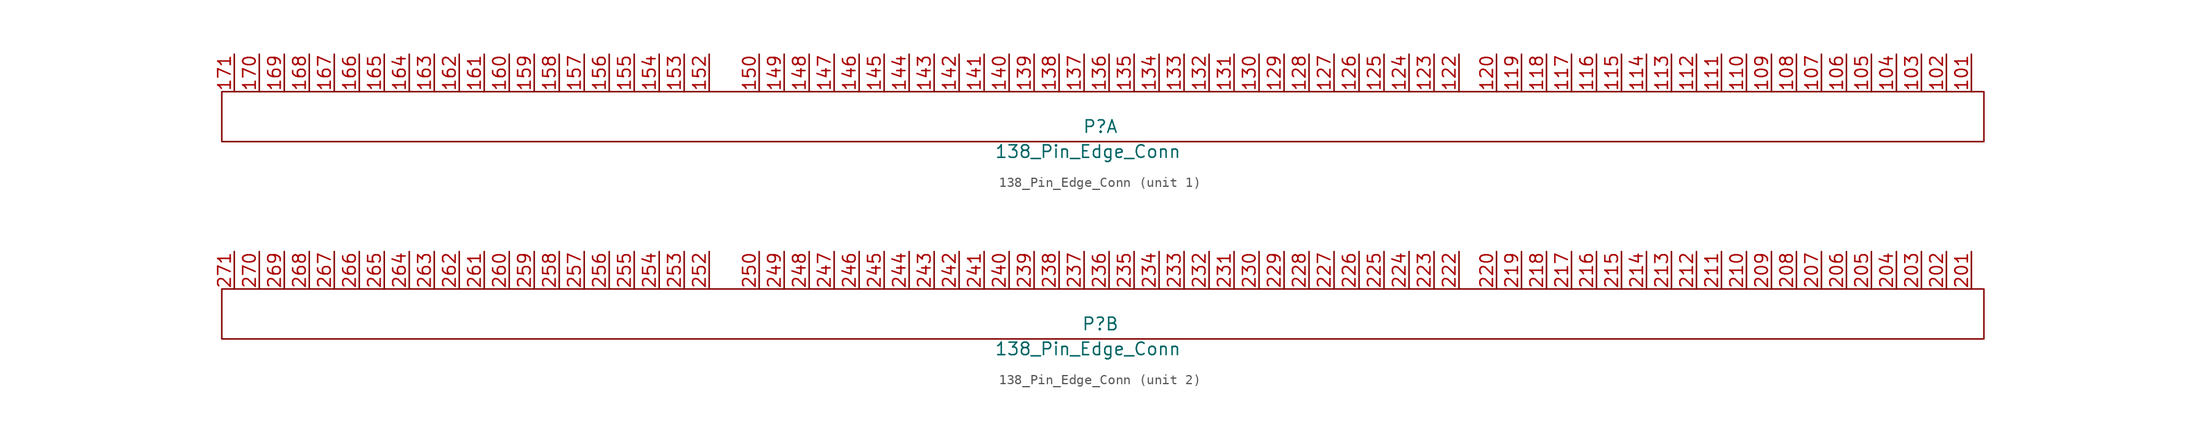
<source format=kicad_sym>
(kicad_symbol_lib
  (version 20211014)
  (generator kicad_symbol_editor)
  (symbol "138_Pin_Edge_Conn"
    (pin_names
      (offset 0.254) hide)
    (property "Reference" "P"
      (at -2.159 -2.286 0)
      (effects (font (size 1.27 1.27))))
    (property "Value" "138_Pin_Edge_Conn"
      (at -3.429 -4.826 0)
      (effects (font (size 1.27 1.27))))
    (symbol "138_Pin_Edge_Conn_0_1"
      (rectangle (start -91.44 1.27) (end 87.63 -3.81) (stroke (width 0) (type default) (color 0 0 0 0)) (fill (type none))))
    (symbol "138_Pin_Edge_Conn_1_1"
      (pin passive line (at 86.36 5.08 270) (length 3.81) (name "101" (effects (font (size 1.27 1.27)))) (number "101" (effects (font (size 1.27 1.27)))))
      (pin passive line (at 83.82 5.08 270) (length 3.81) (name "102" (effects (font (size 1.27 1.27)))) (number "102" (effects (font (size 1.27 1.27)))))
      (pin passive line (at 81.28 5.08 270) (length 3.81) (name "103" (effects (font (size 1.27 1.27)))) (number "103" (effects (font (size 1.27 1.27)))))
      (pin passive line (at 78.74 5.08 270) (length 3.81) (name "104" (effects (font (size 1.27 1.27)))) (number "104" (effects (font (size 1.27 1.27)))))
      (pin passive line (at 76.2 5.08 270) (length 3.81) (name "105" (effects (font (size 1.27 1.27)))) (number "105" (effects (font (size 1.27 1.27)))))
      (pin passive line (at 73.66 5.08 270) (length 3.81) (name "106" (effects (font (size 1.27 1.27)))) (number "106" (effects (font (size 1.27 1.27)))))
      (pin passive line (at 71.12 5.08 270) (length 3.81) (name "107" (effects (font (size 1.27 1.27)))) (number "107" (effects (font (size 1.27 1.27)))))
      (pin passive line (at 68.58 5.08 270) (length 3.81) (name "108" (effects (font (size 1.27 1.27)))) (number "108" (effects (font (size 1.27 1.27)))))
      (pin passive line (at 66.04 5.08 270) (length 3.81) (name "109" (effects (font (size 1.27 1.27)))) (number "109" (effects (font (size 1.27 1.27)))))
      (pin passive line (at 63.5 5.08 270) (length 3.81) (name "110" (effects (font (size 1.27 1.27)))) (number "110" (effects (font (size 1.27 1.27)))))
      (pin passive line (at 60.96 5.08 270) (length 3.81) (name "111" (effects (font (size 1.27 1.27)))) (number "111" (effects (font (size 1.27 1.27)))))
      (pin passive line (at 58.42 5.08 270) (length 3.81) (name "112" (effects (font (size 1.27 1.27)))) (number "112" (effects (font (size 1.27 1.27)))))
      (pin passive line (at 55.88 5.08 270) (length 3.81) (name "113" (effects (font (size 1.27 1.27)))) (number "113" (effects (font (size 1.27 1.27)))))
      (pin passive line (at 53.34 5.08 270) (length 3.81) (name "114" (effects (font (size 1.27 1.27)))) (number "114" (effects (font (size 1.27 1.27)))))
      (pin passive line (at 50.8 5.08 270) (length 3.81) (name "115" (effects (font (size 1.27 1.27)))) (number "115" (effects (font (size 1.27 1.27)))))
      (pin passive line (at 48.26 5.08 270) (length 3.81) (name "116" (effects (font (size 1.27 1.27)))) (number "116" (effects (font (size 1.27 1.27)))))
      (pin passive line (at 45.72 5.08 270) (length 3.81) (name "117" (effects (font (size 1.27 1.27)))) (number "117" (effects (font (size 1.27 1.27)))))
      (pin passive line (at 43.18 5.08 270) (length 3.81) (name "118" (effects (font (size 1.27 1.27)))) (number "118" (effects (font (size 1.27 1.27)))))
      (pin passive line (at 40.64 5.08 270) (length 3.81) (name "119" (effects (font (size 1.27 1.27)))) (number "119" (effects (font (size 1.27 1.27)))))
      (pin passive line (at 38.1 5.08 270) (length 3.81) (name "120" (effects (font (size 1.27 1.27)))) (number "120" (effects (font (size 1.27 1.27)))))
      (pin passive line (at 34.29 5.08 270) (length 3.81) (name "122" (effects (font (size 1.27 1.27)))) (number "122" (effects (font (size 1.27 1.27)))))
      (pin passive line (at 31.75 5.08 270) (length 3.81) (name "123" (effects (font (size 1.27 1.27)))) (number "123" (effects (font (size 1.27 1.27)))))
      (pin passive line (at 29.21 5.08 270) (length 3.81) (name "124" (effects (font (size 1.27 1.27)))) (number "124" (effects (font (size 1.27 1.27)))))
      (pin passive line (at 26.67 5.08 270) (length 3.81) (name "125" (effects (font (size 1.27 1.27)))) (number "125" (effects (font (size 1.27 1.27)))))
      (pin passive line (at 24.13 5.08 270) (length 3.81) (name "126" (effects (font (size 1.27 1.27)))) (number "126" (effects (font (size 1.27 1.27)))))
      (pin passive line (at 21.59 5.08 270) (length 3.81) (name "127" (effects (font (size 1.27 1.27)))) (number "127" (effects (font (size 1.27 1.27)))))
      (pin passive line (at 19.05 5.08 270) (length 3.81) (name "128" (effects (font (size 1.27 1.27)))) (number "128" (effects (font (size 1.27 1.27)))))
      (pin passive line (at 16.51 5.08 270) (length 3.81) (name "129" (effects (font (size 1.27 1.27)))) (number "129" (effects (font (size 1.27 1.27)))))
      (pin passive line (at 13.97 5.08 270) (length 3.81) (name "130" (effects (font (size 1.27 1.27)))) (number "130" (effects (font (size 1.27 1.27)))))
      (pin passive line (at 11.43 5.08 270) (length 3.81) (name "131" (effects (font (size 1.27 1.27)))) (number "131" (effects (font (size 1.27 1.27)))))
      (pin passive line (at 8.89 5.08 270) (length 3.81) (name "132" (effects (font (size 1.27 1.27)))) (number "132" (effects (font (size 1.27 1.27)))))
      (pin passive line (at 6.35 5.08 270) (length 3.81) (name "133" (effects (font (size 1.27 1.27)))) (number "133" (effects (font (size 1.27 1.27)))))
      (pin passive line (at 3.81 5.08 270) (length 3.81) (name "134" (effects (font (size 1.27 1.27)))) (number "134" (effects (font (size 1.27 1.27)))))
      (pin passive line (at 1.27 5.08 270) (length 3.81) (name "135" (effects (font (size 1.27 1.27)))) (number "135" (effects (font (size 1.27 1.27)))))
      (pin passive line (at -1.27 5.08 270) (length 3.81) (name "136" (effects (font (size 1.27 1.27)))) (number "136" (effects (font (size 1.27 1.27)))))
      (pin passive line (at -3.81 5.08 270) (length 3.81) (name "137" (effects (font (size 1.27 1.27)))) (number "137" (effects (font (size 1.27 1.27)))))
      (pin passive line (at -6.35 5.08 270) (length 3.81) (name "138" (effects (font (size 1.27 1.27)))) (number "138" (effects (font (size 1.27 1.27)))))
      (pin passive line (at -8.89 5.08 270) (length 3.81) (name "139" (effects (font (size 1.27 1.27)))) (number "139" (effects (font (size 1.27 1.27)))))
      (pin passive line (at -11.43 5.08 270) (length 3.81) (name "140" (effects (font (size 1.27 1.27)))) (number "140" (effects (font (size 1.27 1.27)))))
      (pin passive line (at -13.97 5.08 270) (length 3.81) (name "141" (effects (font (size 1.27 1.27)))) (number "141" (effects (font (size 1.27 1.27)))))
      (pin passive line (at -16.51 5.08 270) (length 3.81) (name "142" (effects (font (size 1.27 1.27)))) (number "142" (effects (font (size 1.27 1.27)))))
      (pin passive line (at -19.05 5.08 270) (length 3.81) (name "143" (effects (font (size 1.27 1.27)))) (number "143" (effects (font (size 1.27 1.27)))))
      (pin passive line (at -21.59 5.08 270) (length 3.81) (name "144" (effects (font (size 1.27 1.27)))) (number "144" (effects (font (size 1.27 1.27)))))
      (pin passive line (at -24.13 5.08 270) (length 3.81) (name "145" (effects (font (size 1.27 1.27)))) (number "145" (effects (font (size 1.27 1.27)))))
      (pin passive line (at -26.67 5.08 270) (length 3.81) (name "146" (effects (font (size 1.27 1.27)))) (number "146" (effects (font (size 1.27 1.27)))))
      (pin passive line (at -29.21 5.08 270) (length 3.81) (name "147" (effects (font (size 1.27 1.27)))) (number "147" (effects (font (size 1.27 1.27)))))
      (pin passive line (at -31.75 5.08 270) (length 3.81) (name "148" (effects (font (size 1.27 1.27)))) (number "148" (effects (font (size 1.27 1.27)))))
      (pin passive line (at -34.29 5.08 270) (length 3.81) (name "149" (effects (font (size 1.27 1.27)))) (number "149" (effects (font (size 1.27 1.27)))))
      (pin passive line (at -36.83 5.08 270) (length 3.81) (name "150" (effects (font (size 1.27 1.27)))) (number "150" (effects (font (size 1.27 1.27)))))
      (pin passive line (at -41.91 5.08 270) (length 3.81) (name "152" (effects (font (size 1.27 1.27)))) (number "152" (effects (font (size 1.27 1.27)))))
      (pin passive line (at -44.45 5.08 270) (length 3.81) (name "153" (effects (font (size 1.27 1.27)))) (number "153" (effects (font (size 1.27 1.27)))))
      (pin passive line (at -46.99 5.08 270) (length 3.81) (name "154" (effects (font (size 1.27 1.27)))) (number "154" (effects (font (size 1.27 1.27)))))
      (pin passive line (at -49.53 5.08 270) (length 3.81) (name "155" (effects (font (size 1.27 1.27)))) (number "155" (effects (font (size 1.27 1.27)))))
      (pin passive line (at -52.07 5.08 270) (length 3.81) (name "156" (effects (font (size 1.27 1.27)))) (number "156" (effects (font (size 1.27 1.27)))))
      (pin passive line (at -54.61 5.08 270) (length 3.81) (name "157" (effects (font (size 1.27 1.27)))) (number "157" (effects (font (size 1.27 1.27)))))
      (pin passive line (at -57.15 5.08 270) (length 3.81) (name "158" (effects (font (size 1.27 1.27)))) (number "158" (effects (font (size 1.27 1.27)))))
      (pin passive line (at -59.69 5.08 270) (length 3.81) (name "159" (effects (font (size 1.27 1.27)))) (number "159" (effects (font (size 1.27 1.27)))))
      (pin passive line (at -62.23 5.08 270) (length 3.81) (name "160" (effects (font (size 1.27 1.27)))) (number "160" (effects (font (size 1.27 1.27)))))
      (pin passive line (at -64.77 5.08 270) (length 3.81) (name "161" (effects (font (size 1.27 1.27)))) (number "161" (effects (font (size 1.27 1.27)))))
      (pin passive line (at -67.31 5.08 270) (length 3.81) (name "162" (effects (font (size 1.27 1.27)))) (number "162" (effects (font (size 1.27 1.27)))))
      (pin passive line (at -69.85 5.08 270) (length 3.81) (name "163" (effects (font (size 1.27 1.27)))) (number "163" (effects (font (size 1.27 1.27)))))
      (pin passive line (at -72.39 5.08 270) (length 3.81) (name "164" (effects (font (size 1.27 1.27)))) (number "164" (effects (font (size 1.27 1.27)))))
      (pin passive line (at -74.93 5.08 270) (length 3.81) (name "165" (effects (font (size 1.27 1.27)))) (number "165" (effects (font (size 1.27 1.27)))))
      (pin passive line (at -77.47 5.08 270) (length 3.81) (name "166" (effects (font (size 1.27 1.27)))) (number "166" (effects (font (size 1.27 1.27)))))
      (pin passive line (at -80.01 5.08 270) (length 3.81) (name "167" (effects (font (size 1.27 1.27)))) (number "167" (effects (font (size 1.27 1.27)))))
      (pin passive line (at -82.55 5.08 270) (length 3.81) (name "168" (effects (font (size 1.27 1.27)))) (number "168" (effects (font (size 1.27 1.27)))))
      (pin passive line (at -85.09 5.08 270) (length 3.81) (name "169" (effects (font (size 1.27 1.27)))) (number "169" (effects (font (size 1.27 1.27)))))
      (pin passive line (at -87.63 5.08 270) (length 3.81) (name "170" (effects (font (size 1.27 1.27)))) (number "170" (effects (font (size 1.27 1.27)))))
      (pin passive line (at -90.17 5.08 270) (length 3.81) (name "171" (effects (font (size 1.27 1.27)))) (number "171" (effects (font (size 1.27 1.27))))))
    (symbol "138_Pin_Edge_Conn_2_1"
      (pin passive line (at 86.36 5.08 270) (length 3.81) (name "201" (effects (font (size 1.27 1.27)))) (number "201" (effects (font (size 1.27 1.27)))))
      (pin passive line (at 83.82 5.08 270) (length 3.81) (name "202" (effects (font (size 1.27 1.27)))) (number "202" (effects (font (size 1.27 1.27)))))
      (pin passive line (at 81.28 5.08 270) (length 3.81) (name "203" (effects (font (size 1.27 1.27)))) (number "203" (effects (font (size 1.27 1.27)))))
      (pin passive line (at 78.74 5.08 270) (length 3.81) (name "204" (effects (font (size 1.27 1.27)))) (number "204" (effects (font (size 1.27 1.27)))))
      (pin passive line (at 76.2 5.08 270) (length 3.81) (name "205" (effects (font (size 1.27 1.27)))) (number "205" (effects (font (size 1.27 1.27)))))
      (pin passive line (at 73.66 5.08 270) (length 3.81) (name "206" (effects (font (size 1.27 1.27)))) (number "206" (effects (font (size 1.27 1.27)))))
      (pin passive line (at 71.12 5.08 270) (length 3.81) (name "207" (effects (font (size 1.27 1.27)))) (number "207" (effects (font (size 1.27 1.27)))))
      (pin passive line (at 68.58 5.08 270) (length 3.81) (name "208" (effects (font (size 1.27 1.27)))) (number "208" (effects (font (size 1.27 1.27)))))
      (pin passive line (at 66.04 5.08 270) (length 3.81) (name "209" (effects (font (size 1.27 1.27)))) (number "209" (effects (font (size 1.27 1.27)))))
      (pin passive line (at 63.5 5.08 270) (length 3.81) (name "210" (effects (font (size 1.27 1.27)))) (number "210" (effects (font (size 1.27 1.27)))))
      (pin passive line (at 60.96 5.08 270) (length 3.81) (name "211" (effects (font (size 1.27 1.27)))) (number "211" (effects (font (size 1.27 1.27)))))
      (pin passive line (at 58.42 5.08 270) (length 3.81) (name "212" (effects (font (size 1.27 1.27)))) (number "212" (effects (font (size 1.27 1.27)))))
      (pin passive line (at 55.88 5.08 270) (length 3.81) (name "213" (effects (font (size 1.27 1.27)))) (number "213" (effects (font (size 1.27 1.27)))))
      (pin passive line (at 53.34 5.08 270) (length 3.81) (name "214" (effects (font (size 1.27 1.27)))) (number "214" (effects (font (size 1.27 1.27)))))
      (pin passive line (at 50.8 5.08 270) (length 3.81) (name "215" (effects (font (size 1.27 1.27)))) (number "215" (effects (font (size 1.27 1.27)))))
      (pin passive line (at 48.26 5.08 270) (length 3.81) (name "216" (effects (font (size 1.27 1.27)))) (number "216" (effects (font (size 1.27 1.27)))))
      (pin passive line (at 45.72 5.08 270) (length 3.81) (name "217" (effects (font (size 1.27 1.27)))) (number "217" (effects (font (size 1.27 1.27)))))
      (pin passive line (at 43.18 5.08 270) (length 3.81) (name "218" (effects (font (size 1.27 1.27)))) (number "218" (effects (font (size 1.27 1.27)))))
      (pin passive line (at 40.64 5.08 270) (length 3.81) (name "219" (effects (font (size 1.27 1.27)))) (number "219" (effects (font (size 1.27 1.27)))))
      (pin passive line (at 38.1 5.08 270) (length 3.81) (name "220" (effects (font (size 1.27 1.27)))) (number "220" (effects (font (size 1.27 1.27)))))
      (pin passive line (at 34.29 5.08 270) (length 3.81) (name "222" (effects (font (size 1.27 1.27)))) (number "222" (effects (font (size 1.27 1.27)))))
      (pin passive line (at 31.75 5.08 270) (length 3.81) (name "223" (effects (font (size 1.27 1.27)))) (number "223" (effects (font (size 1.27 1.27)))))
      (pin passive line (at 29.21 5.08 270) (length 3.81) (name "224" (effects (font (size 1.27 1.27)))) (number "224" (effects (font (size 1.27 1.27)))))
      (pin passive line (at 26.67 5.08 270) (length 3.81) (name "225" (effects (font (size 1.27 1.27)))) (number "225" (effects (font (size 1.27 1.27)))))
      (pin passive line (at 24.13 5.08 270) (length 3.81) (name "226" (effects (font (size 1.27 1.27)))) (number "226" (effects (font (size 1.27 1.27)))))
      (pin passive line (at 21.59 5.08 270) (length 3.81) (name "227" (effects (font (size 1.27 1.27)))) (number "227" (effects (font (size 1.27 1.27)))))
      (pin passive line (at 19.05 5.08 270) (length 3.81) (name "228" (effects (font (size 1.27 1.27)))) (number "228" (effects (font (size 1.27 1.27)))))
      (pin passive line (at 16.51 5.08 270) (length 3.81) (name "229" (effects (font (size 1.27 1.27)))) (number "229" (effects (font (size 1.27 1.27)))))
      (pin passive line (at 13.97 5.08 270) (length 3.81) (name "230" (effects (font (size 1.27 1.27)))) (number "230" (effects (font (size 1.27 1.27)))))
      (pin passive line (at 11.43 5.08 270) (length 3.81) (name "231" (effects (font (size 1.27 1.27)))) (number "231" (effects (font (size 1.27 1.27)))))
      (pin passive line (at 8.89 5.08 270) (length 3.81) (name "232" (effects (font (size 1.27 1.27)))) (number "232" (effects (font (size 1.27 1.27)))))
      (pin passive line (at 6.35 5.08 270) (length 3.81) (name "233" (effects (font (size 1.27 1.27)))) (number "233" (effects (font (size 1.27 1.27)))))
      (pin passive line (at 3.81 5.08 270) (length 3.81) (name "234" (effects (font (size 1.27 1.27)))) (number "234" (effects (font (size 1.27 1.27)))))
      (pin passive line (at 1.27 5.08 270) (length 3.81) (name "235" (effects (font (size 1.27 1.27)))) (number "235" (effects (font (size 1.27 1.27)))))
      (pin passive line (at -1.27 5.08 270) (length 3.81) (name "236" (effects (font (size 1.27 1.27)))) (number "236" (effects (font (size 1.27 1.27)))))
      (pin passive line (at -3.81 5.08 270) (length 3.81) (name "237" (effects (font (size 1.27 1.27)))) (number "237" (effects (font (size 1.27 1.27)))))
      (pin passive line (at -6.35 5.08 270) (length 3.81) (name "238" (effects (font (size 1.27 1.27)))) (number "238" (effects (font (size 1.27 1.27)))))
      (pin passive line (at -8.89 5.08 270) (length 3.81) (name "239" (effects (font (size 1.27 1.27)))) (number "239" (effects (font (size 1.27 1.27)))))
      (pin passive line (at -11.43 5.08 270) (length 3.81) (name "240" (effects (font (size 1.27 1.27)))) (number "240" (effects (font (size 1.27 1.27)))))
      (pin passive line (at -13.97 5.08 270) (length 3.81) (name "241" (effects (font (size 1.27 1.27)))) (number "241" (effects (font (size 1.27 1.27)))))
      (pin passive line (at -16.51 5.08 270) (length 3.81) (name "242" (effects (font (size 1.27 1.27)))) (number "242" (effects (font (size 1.27 1.27)))))
      (pin passive line (at -19.05 5.08 270) (length 3.81) (name "243" (effects (font (size 1.27 1.27)))) (number "243" (effects (font (size 1.27 1.27)))))
      (pin passive line (at -21.59 5.08 270) (length 3.81) (name "244" (effects (font (size 1.27 1.27)))) (number "244" (effects (font (size 1.27 1.27)))))
      (pin passive line (at -24.13 5.08 270) (length 3.81) (name "245" (effects (font (size 1.27 1.27)))) (number "245" (effects (font (size 1.27 1.27)))))
      (pin passive line (at -26.67 5.08 270) (length 3.81) (name "246" (effects (font (size 1.27 1.27)))) (number "246" (effects (font (size 1.27 1.27)))))
      (pin passive line (at -29.21 5.08 270) (length 3.81) (name "247" (effects (font (size 1.27 1.27)))) (number "247" (effects (font (size 1.27 1.27)))))
      (pin passive line (at -31.75 5.08 270) (length 3.81) (name "248" (effects (font (size 1.27 1.27)))) (number "248" (effects (font (size 1.27 1.27)))))
      (pin passive line (at -34.29 5.08 270) (length 3.81) (name "249" (effects (font (size 1.27 1.27)))) (number "249" (effects (font (size 1.27 1.27)))))
      (pin passive line (at -36.83 5.08 270) (length 3.81) (name "250" (effects (font (size 1.27 1.27)))) (number "250" (effects (font (size 1.27 1.27)))))
      (pin passive line (at -41.91 5.08 270) (length 3.81) (name "252" (effects (font (size 1.27 1.27)))) (number "252" (effects (font (size 1.27 1.27)))))
      (pin passive line (at -44.45 5.08 270) (length 3.81) (name "253" (effects (font (size 1.27 1.27)))) (number "253" (effects (font (size 1.27 1.27)))))
      (pin passive line (at -46.99 5.08 270) (length 3.81) (name "254" (effects (font (size 1.27 1.27)))) (number "254" (effects (font (size 1.27 1.27)))))
      (pin passive line (at -49.53 5.08 270) (length 3.81) (name "255" (effects (font (size 1.27 1.27)))) (number "255" (effects (font (size 1.27 1.27)))))
      (pin passive line (at -52.07 5.08 270) (length 3.81) (name "256" (effects (font (size 1.27 1.27)))) (number "256" (effects (font (size 1.27 1.27)))))
      (pin passive line (at -54.61 5.08 270) (length 3.81) (name "257" (effects (font (size 1.27 1.27)))) (number "257" (effects (font (size 1.27 1.27)))))
      (pin passive line (at -57.15 5.08 270) (length 3.81) (name "258" (effects (font (size 1.27 1.27)))) (number "258" (effects (font (size 1.27 1.27)))))
      (pin passive line (at -59.69 5.08 270) (length 3.81) (name "259" (effects (font (size 1.27 1.27)))) (number "259" (effects (font (size 1.27 1.27)))))
      (pin passive line (at -62.23 5.08 270) (length 3.81) (name "260" (effects (font (size 1.27 1.27)))) (number "260" (effects (font (size 1.27 1.27)))))
      (pin passive line (at -64.77 5.08 270) (length 3.81) (name "261" (effects (font (size 1.27 1.27)))) (number "261" (effects (font (size 1.27 1.27)))))
      (pin passive line (at -67.31 5.08 270) (length 3.81) (name "262" (effects (font (size 1.27 1.27)))) (number "262" (effects (font (size 1.27 1.27)))))
      (pin passive line (at -69.85 5.08 270) (length 3.81) (name "263" (effects (font (size 1.27 1.27)))) (number "263" (effects (font (size 1.27 1.27)))))
      (pin passive line (at -72.39 5.08 270) (length 3.81) (name "264" (effects (font (size 1.27 1.27)))) (number "264" (effects (font (size 1.27 1.27)))))
      (pin passive line (at -74.93 5.08 270) (length 3.81) (name "265" (effects (font (size 1.27 1.27)))) (number "265" (effects (font (size 1.27 1.27)))))
      (pin passive line (at -77.47 5.08 270) (length 3.81) (name "266" (effects (font (size 1.27 1.27)))) (number "266" (effects (font (size 1.27 1.27)))))
      (pin passive line (at -80.01 5.08 270) (length 3.81) (name "267" (effects (font (size 1.27 1.27)))) (number "267" (effects (font (size 1.27 1.27)))))
      (pin passive line (at -82.55 5.08 270) (length 3.81) (name "268" (effects (font (size 1.27 1.27)))) (number "268" (effects (font (size 1.27 1.27)))))
      (pin passive line (at -85.09 5.08 270) (length 3.81) (name "269" (effects (font (size 1.27 1.27)))) (number "269" (effects (font (size 1.27 1.27)))))
      (pin passive line (at -87.63 5.08 270) (length 3.81) (name "270" (effects (font (size 1.27 1.27)))) (number "270" (effects (font (size 1.27 1.27)))))
      (pin passive line (at -90.17 5.08 270) (length 3.81) (name "271" (effects (font (size 1.27 1.27)))) (number "271" (effects (font (size 1.27 1.27))))))))
</source>
